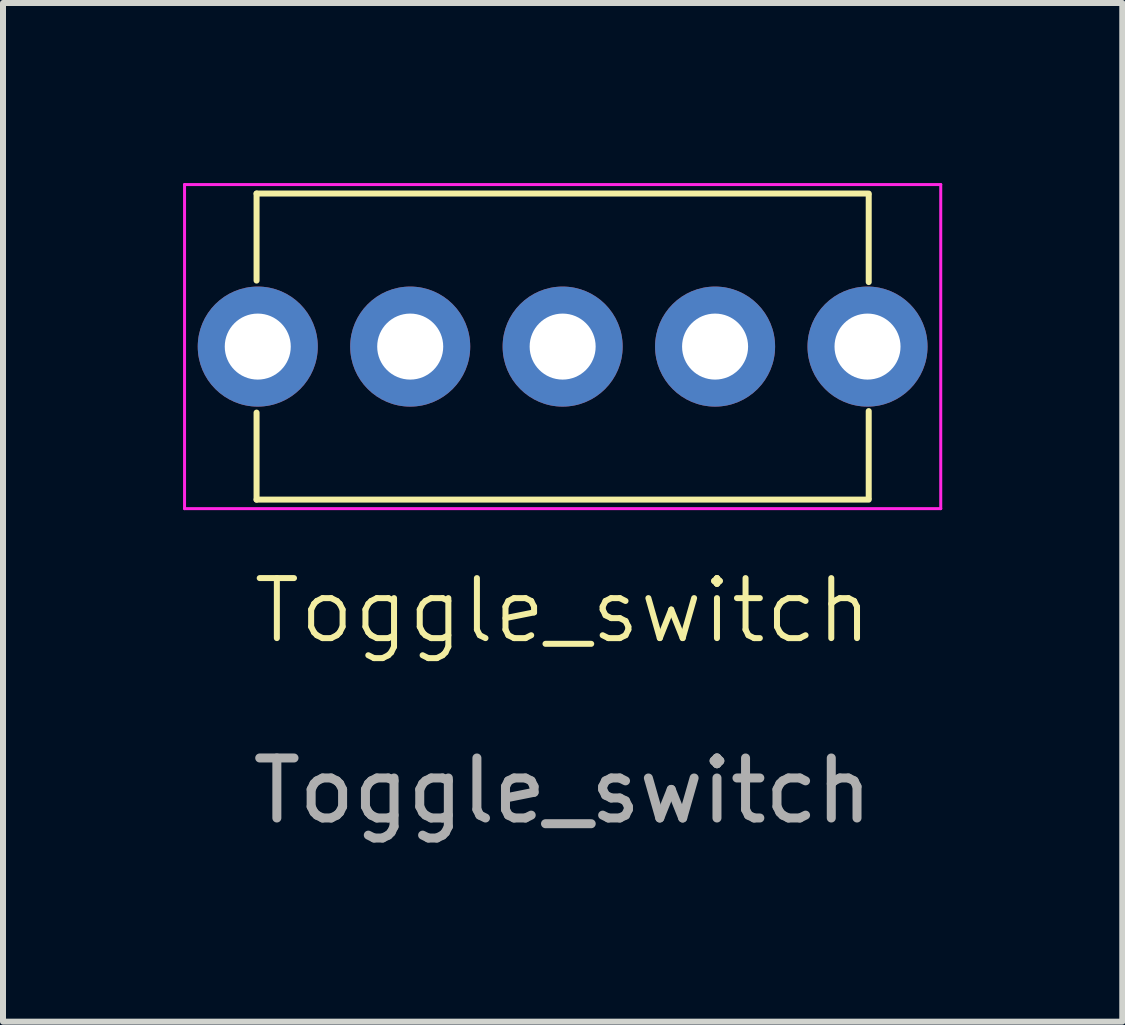
<source format=kicad_pcb>
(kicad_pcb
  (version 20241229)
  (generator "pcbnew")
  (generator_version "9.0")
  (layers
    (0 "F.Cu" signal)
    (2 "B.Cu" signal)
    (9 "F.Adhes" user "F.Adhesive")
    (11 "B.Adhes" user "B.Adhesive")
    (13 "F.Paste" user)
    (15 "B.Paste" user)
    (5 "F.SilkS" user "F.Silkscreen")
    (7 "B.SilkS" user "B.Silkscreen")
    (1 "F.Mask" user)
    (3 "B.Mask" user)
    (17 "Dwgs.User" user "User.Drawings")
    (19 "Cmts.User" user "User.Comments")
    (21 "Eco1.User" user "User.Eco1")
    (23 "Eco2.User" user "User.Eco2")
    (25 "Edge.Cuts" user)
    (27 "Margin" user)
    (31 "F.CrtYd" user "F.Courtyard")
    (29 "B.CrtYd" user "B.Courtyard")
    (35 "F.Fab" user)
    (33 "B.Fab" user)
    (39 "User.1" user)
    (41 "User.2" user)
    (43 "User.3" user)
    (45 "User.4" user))
  (footprint "Toggle_switch"
    (layer "F.Cu")
    (at 6.325 2.725)
    (property "Reference" "Toggle_switch" (at 0 4.4 0) (unlocked yes) (layer "F.SilkS") (effects (font (size 1 1) (thickness 0.1))))
    (attr through_hole)
    (fp_line (start -5.1 -2.55) (end -5.1 -1.1) (stroke (width 0.1) (type default)) (layer "F.SilkS"))
    (fp_line (start -5.1 -2.55) (end 5.1 -2.55) (stroke (width 0.1) (type default)) (layer "F.SilkS"))
    (fp_line (start -5.1 1.1) (end -5.1 2.55) (stroke (width 0.1) (type default)) (layer "F.SilkS"))
    (fp_line (start -5.1 2.55) (end 5.1 2.55) (stroke (width 0.1) (type default)) (layer "F.SilkS"))
    (fp_line (start 5.1 -2.525) (end 5.1 -1.075) (stroke (width 0.1) (type default)) (layer "F.SilkS"))
    (fp_line (start 5.1 1.075) (end 5.1 2.525) (stroke (width 0.1) (type default)) (layer "F.SilkS"))
    (fp_line (start -6.3 -2.7) (end 6.3 -2.7) (stroke (width 0.05) (type default)) (layer "F.CrtYd"))
    (fp_line (start -6.3 2.7) (end -6.3 -2.7) (stroke (width 0.05) (type default)) (layer "F.CrtYd"))
    (fp_line (start 6.3 -2.7) (end 6.3 2.7) (stroke (width 0.05) (type default)) (layer "F.CrtYd"))
    (fp_line (start 6.3 2.7) (end -6.3 2.7) (stroke (width 0.05) (type default)) (layer "F.CrtYd"))
    (fp_text user "${REFERENCE}" (at 0 7.4 0) (unlocked yes) (layer "F.Fab") (effects (font (size 1 1) (thickness 0.15))))
    (pad "" thru_hole circle (at -5.08 0) (size 2 2) (drill 1.1) (layers "*.Cu" "*.Mask"))
    (pad "" thru_hole circle (at 5.08 0) (size 2 2) (drill 1.1) (layers "*.Cu" "*.Mask"))
    (pad "1" thru_hole circle (at -2.54 0) (size 2 2) (drill 1.1) (layers "*.Cu" "*.Mask"))
    (pad "2" thru_hole circle (at 0 0) (size 2 2) (drill 1.1) (layers "*.Cu" "*.Mask"))
    (pad "3" thru_hole circle (at 2.54 0) (size 2 2) (drill 1.1) (layers "*.Cu" "*.Mask")))
  (gr_rect
    (start -3 -3)
    (end 15.65 13.973)
    (stroke (width 0.1) (type default))
    (fill no)
    (layer "Edge.Cuts")))
</source>
